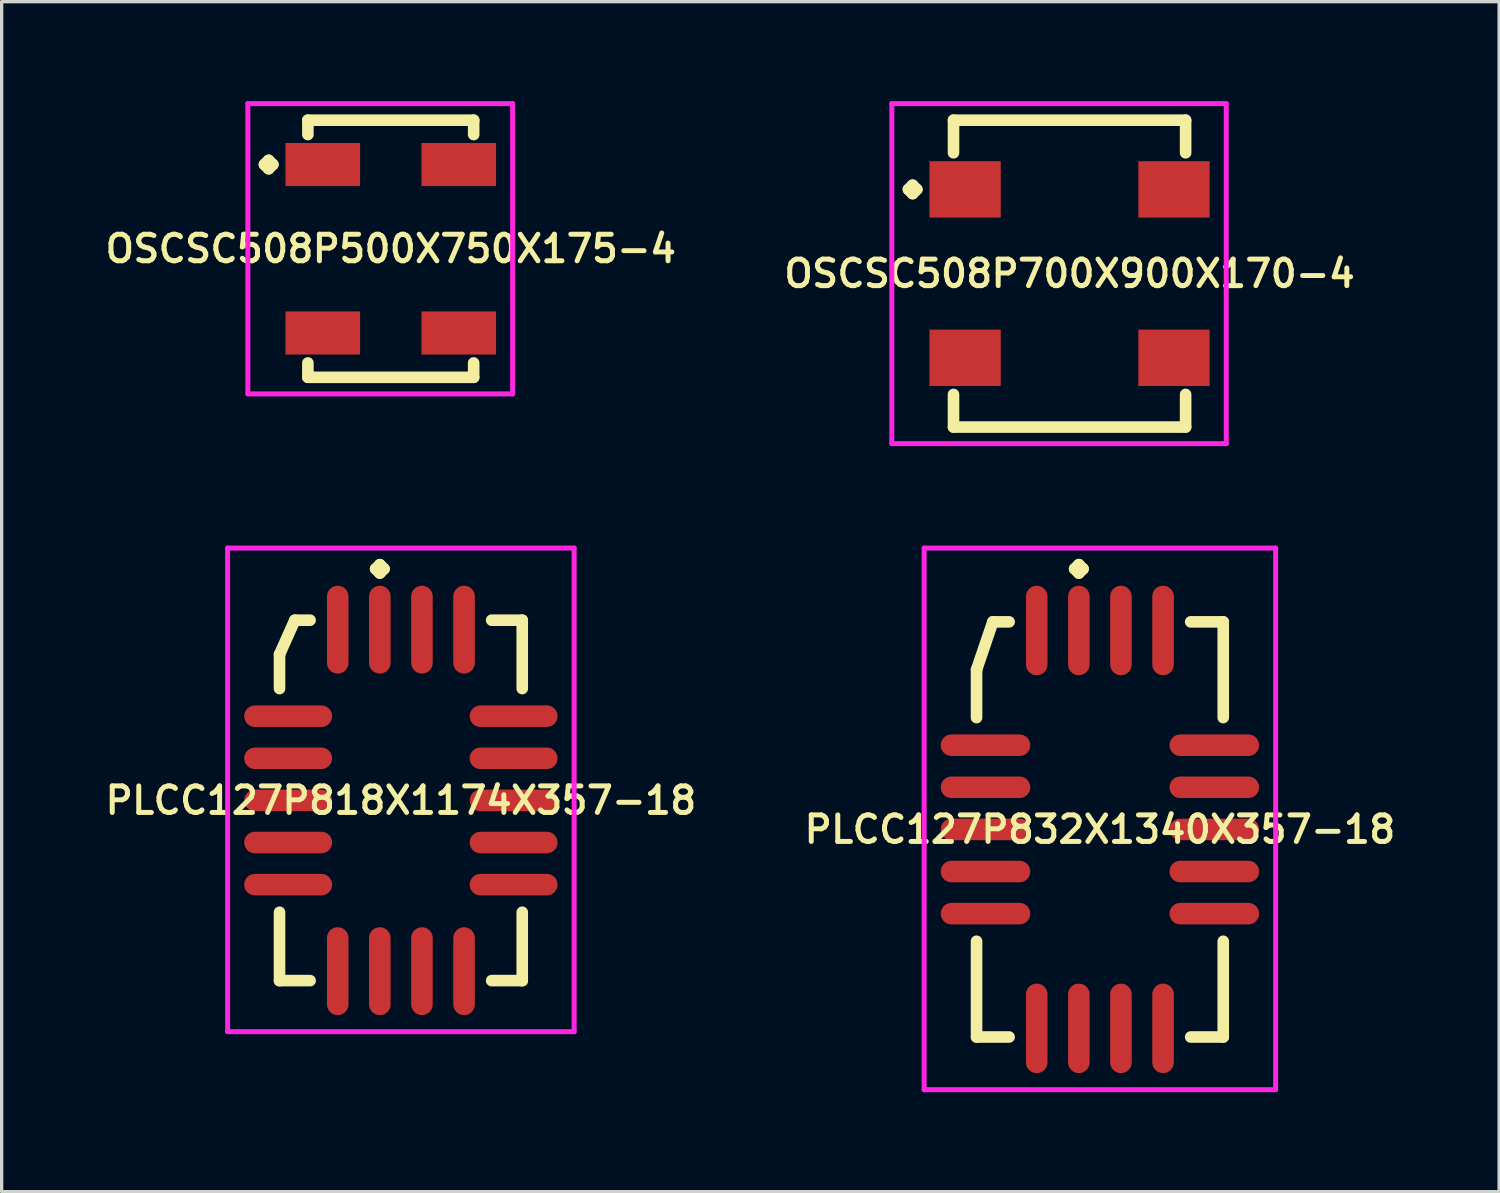
<source format=kicad_pcb>
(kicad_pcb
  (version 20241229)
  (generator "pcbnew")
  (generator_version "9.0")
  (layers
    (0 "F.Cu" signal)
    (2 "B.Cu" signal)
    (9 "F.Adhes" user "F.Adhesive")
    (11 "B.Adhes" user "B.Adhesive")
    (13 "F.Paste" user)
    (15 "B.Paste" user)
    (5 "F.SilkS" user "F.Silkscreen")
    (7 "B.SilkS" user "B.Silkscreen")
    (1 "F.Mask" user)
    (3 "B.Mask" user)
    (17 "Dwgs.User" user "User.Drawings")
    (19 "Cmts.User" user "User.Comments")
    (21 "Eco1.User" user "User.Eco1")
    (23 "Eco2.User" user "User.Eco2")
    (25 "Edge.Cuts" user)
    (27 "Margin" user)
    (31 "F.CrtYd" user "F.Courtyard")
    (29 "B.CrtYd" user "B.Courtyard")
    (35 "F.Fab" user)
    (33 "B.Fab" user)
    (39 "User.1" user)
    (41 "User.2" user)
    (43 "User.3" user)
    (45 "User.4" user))
  (footprint "OSCSC508P500X750X175-4"
    (layer "F.Cu")
    (at 8.735 4.452)
    (property "Reference" "OSCSC508P500X750X175-4" (at 0 0 0) (layer "F.SilkS") (effects (font (size 0.8 0.8) (thickness 0.15))))
    (attr smd)
    (fp_line (start -3.81 -2.54) (end -3.683 -2.667) (stroke (width 0.35) (type solid)) (layer "F.SilkS"))
    (fp_line (start -3.683 -2.667) (end -3.556 -2.54) (stroke (width 0.35) (type solid)) (layer "F.SilkS"))
    (fp_line (start -3.683 -2.413) (end -3.81 -2.54) (stroke (width 0.35) (type solid)) (layer "F.SilkS"))
    (fp_line (start -3.556 -2.54) (end -3.683 -2.413) (stroke (width 0.35) (type solid)) (layer "F.SilkS"))
    (fp_line (start -2.5 -3.877) (end 2.5 -3.877) (stroke (width 0.35) (type solid)) (layer "F.SilkS"))
    (fp_line (start -2.5 -3.444) (end -2.5 -3.877) (stroke (width 0.35) (type solid)) (layer "F.SilkS"))
    (fp_line (start -2.5 3.444) (end -2.5 3.877) (stroke (width 0.35) (type solid)) (layer "F.SilkS"))
    (fp_line (start -2.5 3.877) (end 2.5 3.877) (stroke (width 0.35) (type solid)) (layer "F.SilkS"))
    (fp_line (start 2.5 -3.877) (end 2.5 -3.444) (stroke (width 0.35) (type solid)) (layer "F.SilkS"))
    (fp_line (start 2.5 3.877) (end 2.5 3.444) (stroke (width 0.35) (type solid)) (layer "F.SilkS"))
    (fp_line (start -4.31 -4.377) (end 3.675 -4.377) (stroke (width 0.15) (type solid)) (layer "F.CrtYd"))
    (fp_line (start -4.31 4.377) (end -4.31 -4.377) (stroke (width 0.15) (type solid)) (layer "F.CrtYd"))
    (fp_line (start 3.675 -4.377) (end 3.675 4.377) (stroke (width 0.15) (type solid)) (layer "F.CrtYd"))
    (fp_line (start 3.675 4.377) (end -4.31 4.377) (stroke (width 0.15) (type solid)) (layer "F.CrtYd"))
    (pad "1" smd rect (at -2.05 -2.54) (size 2.25 1.3) (layers "F.Cu" "F.Mask" "F.Paste"))
    (pad "2" smd rect (at -2.05 2.54) (size 2.25 1.3) (layers "F.Cu" "F.Mask" "F.Paste"))
    (pad "3" smd rect (at 2.05 2.54) (size 2.25 1.3) (layers "F.Cu" "F.Mask" "F.Paste"))
    (pad "4" smd rect (at 2.05 -2.54) (size 2.25 1.3) (layers "F.Cu" "F.Mask" "F.Paste")))
  (footprint "OSCSC508P700X900X170-4"
    (layer "F.Cu")
    (at 29.206 5.202)
    (property "Reference" "OSCSC508P700X900X170-4" (at 0 0 0) (layer "F.SilkS") (effects (font (size 0.8 0.8) (thickness 0.15))))
    (attr smd)
    (fp_line (start -4.86 -2.54) (end -4.733 -2.667) (stroke (width 0.35) (type solid)) (layer "F.SilkS"))
    (fp_line (start -4.733 -2.667) (end -4.606 -2.54) (stroke (width 0.35) (type solid)) (layer "F.SilkS"))
    (fp_line (start -4.733 -2.413) (end -4.86 -2.54) (stroke (width 0.35) (type solid)) (layer "F.SilkS"))
    (fp_line (start -4.606 -2.54) (end -4.733 -2.413) (stroke (width 0.35) (type solid)) (layer "F.SilkS"))
    (fp_line (start -3.5 -4.627) (end 3.5 -4.627) (stroke (width 0.35) (type solid)) (layer "F.SilkS"))
    (fp_line (start -3.5 -3.644) (end -3.5 -4.627) (stroke (width 0.35) (type solid)) (layer "F.SilkS"))
    (fp_line (start -3.5 3.644) (end -3.5 4.627) (stroke (width 0.35) (type solid)) (layer "F.SilkS"))
    (fp_line (start -3.5 4.627) (end 3.5 4.627) (stroke (width 0.35) (type solid)) (layer "F.SilkS"))
    (fp_line (start 3.5 -4.627) (end 3.5 -3.644) (stroke (width 0.35) (type solid)) (layer "F.SilkS"))
    (fp_line (start 3.5 4.627) (end 3.5 3.644) (stroke (width 0.35) (type solid)) (layer "F.SilkS"))
    (fp_line (start -5.36 -5.127) (end 4.725 -5.127) (stroke (width 0.15) (type solid)) (layer "F.CrtYd"))
    (fp_line (start -5.36 5.127) (end -5.36 -5.127) (stroke (width 0.15) (type solid)) (layer "F.CrtYd"))
    (fp_line (start 4.725 -5.127) (end 4.725 5.127) (stroke (width 0.15) (type solid)) (layer "F.CrtYd"))
    (fp_line (start 4.725 5.127) (end -5.36 5.127) (stroke (width 0.15) (type solid)) (layer "F.CrtYd"))
    (pad "1" smd rect (at -3.15 -2.54) (size 2.15 1.7) (layers "F.Cu" "F.Mask" "F.Paste"))
    (pad "2" smd rect (at -3.15 2.54) (size 2.15 1.7) (layers "F.Cu" "F.Mask" "F.Paste"))
    (pad "3" smd rect (at 3.15 2.54) (size 2.15 1.7) (layers "F.Cu" "F.Mask" "F.Paste"))
    (pad "4" smd rect (at 3.15 -2.54) (size 2.15 1.7) (layers "F.Cu" "F.Mask" "F.Paste")))
  (footprint "PLCC127P818X1174X357-18"
    (layer "F.Cu")
    (at 9.04 21.089)
    (property "Reference" "PLCC127P818X1174X357-18" (at 0 0 0) (layer "F.SilkS") (effects (font (size 0.8 0.8) (thickness 0.15))))
    (attr smd)
    (fp_line (start -3.66 -4.404) (end -3.199 -5.435) (stroke (width 0.35) (type solid)) (layer "F.SilkS"))
    (fp_line (start -3.66 -3.373) (end -3.66 -4.404) (stroke (width 0.35) (type solid)) (layer "F.SilkS"))
    (fp_line (start -3.66 3.373) (end -3.66 5.435) (stroke (width 0.35) (type solid)) (layer "F.SilkS"))
    (fp_line (start -3.66 5.435) (end -2.738 5.435) (stroke (width 0.35) (type solid)) (layer "F.SilkS"))
    (fp_line (start -3.199 -5.435) (end -2.738 -5.435) (stroke (width 0.35) (type solid)) (layer "F.SilkS"))
    (fp_line (start -0.762 -6.983) (end -0.635 -7.11) (stroke (width 0.35) (type solid)) (layer "F.SilkS"))
    (fp_line (start -0.635 -7.11) (end -0.508 -6.983) (stroke (width 0.35) (type solid)) (layer "F.SilkS"))
    (fp_line (start -0.635 -6.856) (end -0.762 -6.983) (stroke (width 0.35) (type solid)) (layer "F.SilkS"))
    (fp_line (start -0.508 -6.983) (end -0.635 -6.856) (stroke (width 0.35) (type solid)) (layer "F.SilkS"))
    (fp_line (start 3.66 -5.435) (end 2.738 -5.435) (stroke (width 0.35) (type solid)) (layer "F.SilkS"))
    (fp_line (start 3.66 -3.373) (end 3.66 -5.435) (stroke (width 0.35) (type solid)) (layer "F.SilkS"))
    (fp_line (start 3.66 3.373) (end 3.66 5.435) (stroke (width 0.35) (type solid)) (layer "F.SilkS"))
    (fp_line (start 3.66 5.435) (end 2.738 5.435) (stroke (width 0.35) (type solid)) (layer "F.SilkS"))
    (fp_line (start -5.225 -7.61) (end 5.225 -7.61) (stroke (width 0.15) (type solid)) (layer "F.CrtYd"))
    (fp_line (start -5.225 6.975) (end -5.225 -7.61) (stroke (width 0.15) (type solid)) (layer "F.CrtYd"))
    (fp_line (start 5.225 -7.61) (end 5.225 6.975) (stroke (width 0.15) (type solid)) (layer "F.CrtYd"))
    (fp_line (start 5.225 6.975) (end -5.225 6.975) (stroke (width 0.15) (type solid)) (layer "F.CrtYd"))
    (pad "1" smd oval (at -0.635 -5.15) (size 0.65 2.65) (layers "F.Cu" "F.Mask" "F.Paste"))
    (pad "2" smd oval (at -1.905 -5.15) (size 0.65 2.65) (layers "F.Cu" "F.Mask" "F.Paste"))
    (pad "3" smd oval (at -3.4 -2.54) (size 2.65 0.65) (layers "F.Cu" "F.Mask" "F.Paste"))
    (pad "4" smd oval (at -3.4 -1.27) (size 2.65 0.65) (layers "F.Cu" "F.Mask" "F.Paste"))
    (pad "5" smd oval (at -3.4 0) (size 2.65 0.65) (layers "F.Cu" "F.Mask" "F.Paste"))
    (pad "6" smd oval (at -3.4 1.27) (size 2.65 0.65) (layers "F.Cu" "F.Mask" "F.Paste"))
    (pad "7" smd oval (at -3.4 2.54) (size 2.65 0.65) (layers "F.Cu" "F.Mask" "F.Paste"))
    (pad "8" smd oval (at -1.905 5.15) (size 0.65 2.65) (layers "F.Cu" "F.Mask" "F.Paste"))
    (pad "9" smd oval (at -0.635 5.15) (size 0.65 2.65) (layers "F.Cu" "F.Mask" "F.Paste"))
    (pad "10" smd oval (at 0.635 5.15) (size 0.65 2.65) (layers "F.Cu" "F.Mask" "F.Paste"))
    (pad "11" smd oval (at 1.905 5.15) (size 0.65 2.65) (layers "F.Cu" "F.Mask" "F.Paste"))
    (pad "12" smd oval (at 3.4 2.54) (size 2.65 0.65) (layers "F.Cu" "F.Mask" "F.Paste"))
    (pad "13" smd oval (at 3.4 1.27) (size 2.65 0.65) (layers "F.Cu" "F.Mask" "F.Paste"))
    (pad "14" smd oval (at 3.4 0) (size 2.65 0.65) (layers "F.Cu" "F.Mask" "F.Paste"))
    (pad "15" smd oval (at 3.4 -1.27) (size 2.65 0.65) (layers "F.Cu" "F.Mask" "F.Paste"))
    (pad "16" smd oval (at 3.4 -2.54) (size 2.65 0.65) (layers "F.Cu" "F.Mask" "F.Paste"))
    (pad "17" smd oval (at 1.905 -5.15) (size 0.65 2.65) (layers "F.Cu" "F.Mask" "F.Paste"))
    (pad "18" smd oval (at 0.635 -5.15) (size 0.65 2.65) (layers "F.Cu" "F.Mask" "F.Paste")))
  (footprint "PLCC127P832X1340X357-18"
    (layer "F.Cu")
    (at 30.121 21.964)
    (property "Reference" "PLCC127P832X1340X357-18" (at 0 0 0) (layer "F.SilkS") (effects (font (size 0.8 0.8) (thickness 0.15))))
    (attr smd)
    (fp_line (start -3.72 -4.816) (end -3.229 -6.26) (stroke (width 0.35) (type solid)) (layer "F.SilkS"))
    (fp_line (start -3.72 -3.373) (end -3.72 -4.816) (stroke (width 0.35) (type solid)) (layer "F.SilkS"))
    (fp_line (start -3.72 3.373) (end -3.72 6.26) (stroke (width 0.35) (type solid)) (layer "F.SilkS"))
    (fp_line (start -3.72 6.26) (end -2.738 6.26) (stroke (width 0.35) (type solid)) (layer "F.SilkS"))
    (fp_line (start -3.229 -6.26) (end -2.738 -6.26) (stroke (width 0.35) (type solid)) (layer "F.SilkS"))
    (fp_line (start -0.762 -7.858) (end -0.635 -7.985) (stroke (width 0.35) (type solid)) (layer "F.SilkS"))
    (fp_line (start -0.635 -7.985) (end -0.508 -7.858) (stroke (width 0.35) (type solid)) (layer "F.SilkS"))
    (fp_line (start -0.635 -7.731) (end -0.762 -7.858) (stroke (width 0.35) (type solid)) (layer "F.SilkS"))
    (fp_line (start -0.508 -7.858) (end -0.635 -7.731) (stroke (width 0.35) (type solid)) (layer "F.SilkS"))
    (fp_line (start 3.72 -6.26) (end 2.738 -6.26) (stroke (width 0.35) (type solid)) (layer "F.SilkS"))
    (fp_line (start 3.72 -3.373) (end 3.72 -6.26) (stroke (width 0.35) (type solid)) (layer "F.SilkS"))
    (fp_line (start 3.72 3.373) (end 3.72 6.26) (stroke (width 0.35) (type solid)) (layer "F.SilkS"))
    (fp_line (start 3.72 6.26) (end 2.738 6.26) (stroke (width 0.35) (type solid)) (layer "F.SilkS"))
    (fp_line (start -5.3 -8.485) (end 5.3 -8.485) (stroke (width 0.15) (type solid)) (layer "F.CrtYd"))
    (fp_line (start -5.3 7.85) (end -5.3 -8.485) (stroke (width 0.15) (type solid)) (layer "F.CrtYd"))
    (fp_line (start 5.3 -8.485) (end 5.3 7.85) (stroke (width 0.15) (type solid)) (layer "F.CrtYd"))
    (fp_line (start 5.3 7.85) (end -5.3 7.85) (stroke (width 0.15) (type solid)) (layer "F.CrtYd"))
    (pad "1" smd oval (at -0.635 -6) (size 0.65 2.7) (layers "F.Cu" "F.Mask" "F.Paste"))
    (pad "2" smd oval (at -1.905 -6) (size 0.65 2.7) (layers "F.Cu" "F.Mask" "F.Paste"))
    (pad "3" smd oval (at -3.45 -2.54) (size 2.7 0.65) (layers "F.Cu" "F.Mask" "F.Paste"))
    (pad "4" smd oval (at -3.45 -1.27) (size 2.7 0.65) (layers "F.Cu" "F.Mask" "F.Paste"))
    (pad "5" smd oval (at -3.45 0) (size 2.7 0.65) (layers "F.Cu" "F.Mask" "F.Paste"))
    (pad "6" smd oval (at -3.45 1.27) (size 2.7 0.65) (layers "F.Cu" "F.Mask" "F.Paste"))
    (pad "7" smd oval (at -3.45 2.54) (size 2.7 0.65) (layers "F.Cu" "F.Mask" "F.Paste"))
    (pad "8" smd oval (at -1.905 6) (size 0.65 2.7) (layers "F.Cu" "F.Mask" "F.Paste"))
    (pad "9" smd oval (at -0.635 6) (size 0.65 2.7) (layers "F.Cu" "F.Mask" "F.Paste"))
    (pad "10" smd oval (at 0.635 6) (size 0.65 2.7) (layers "F.Cu" "F.Mask" "F.Paste"))
    (pad "11" smd oval (at 1.905 6) (size 0.65 2.7) (layers "F.Cu" "F.Mask" "F.Paste"))
    (pad "12" smd oval (at 3.45 2.54) (size 2.7 0.65) (layers "F.Cu" "F.Mask" "F.Paste"))
    (pad "13" smd oval (at 3.45 1.27) (size 2.7 0.65) (layers "F.Cu" "F.Mask" "F.Paste"))
    (pad "14" smd oval (at 3.45 0) (size 2.7 0.65) (layers "F.Cu" "F.Mask" "F.Paste"))
    (pad "15" smd oval (at 3.45 -1.27) (size 2.7 0.65) (layers "F.Cu" "F.Mask" "F.Paste"))
    (pad "16" smd oval (at 3.45 -2.54) (size 2.7 0.65) (layers "F.Cu" "F.Mask" "F.Paste"))
    (pad "17" smd oval (at 1.905 -6) (size 0.65 2.7) (layers "F.Cu" "F.Mask" "F.Paste"))
    (pad "18" smd oval (at 0.635 -6) (size 0.65 2.7) (layers "F.Cu" "F.Mask" "F.Paste")))
  (gr_rect
    (start -3 -3)
    (end 42.161 32.889)
    (stroke (width 0.1) (type default))
    (fill no)
    (layer "Edge.Cuts")))
</source>
